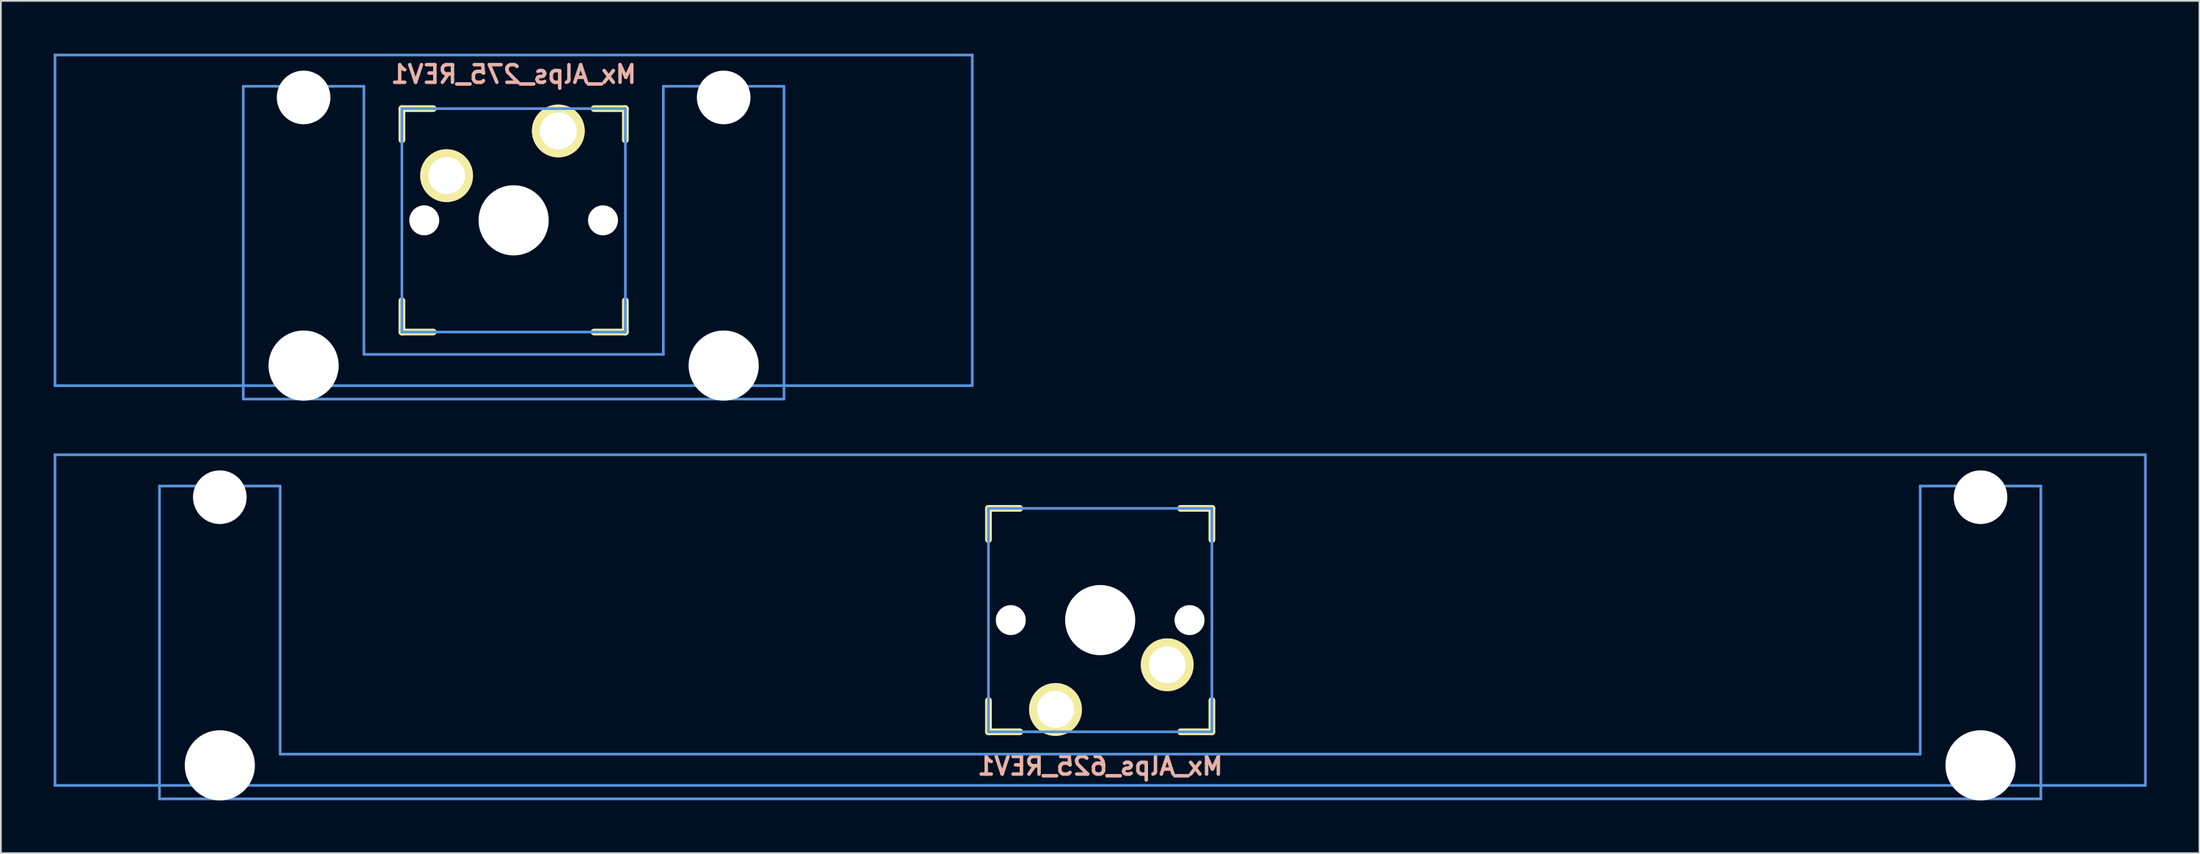
<source format=kicad_pcb>
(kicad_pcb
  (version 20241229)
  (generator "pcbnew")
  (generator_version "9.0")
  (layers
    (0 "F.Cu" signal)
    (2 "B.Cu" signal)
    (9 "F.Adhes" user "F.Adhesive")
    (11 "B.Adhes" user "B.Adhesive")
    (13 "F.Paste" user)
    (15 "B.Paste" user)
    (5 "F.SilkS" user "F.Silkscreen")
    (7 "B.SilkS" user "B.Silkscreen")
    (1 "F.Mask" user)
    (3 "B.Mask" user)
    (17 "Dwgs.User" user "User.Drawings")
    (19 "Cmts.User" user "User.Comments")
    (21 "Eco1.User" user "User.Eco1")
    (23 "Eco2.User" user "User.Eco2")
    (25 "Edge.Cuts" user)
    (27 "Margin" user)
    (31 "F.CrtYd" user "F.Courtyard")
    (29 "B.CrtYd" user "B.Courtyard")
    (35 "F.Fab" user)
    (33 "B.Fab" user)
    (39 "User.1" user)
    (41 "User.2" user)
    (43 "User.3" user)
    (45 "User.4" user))
  (footprint "Mx_Alps_625_REV1"
    (layer "F.Cu")
    (at 59.482 32.197)
    (property "Reference" "Mx_Alps_625_REV1" (at 0 8.3 0) (layer "B.SilkS") (effects (font (size 1 1) (thickness 0.2)) (justify mirror)))
    (attr through_hole)
    (fp_line (start -6.35 -6.35) (end -4.572 -6.35) (stroke (width 0.381) (type solid)) (layer "F.SilkS"))
    (fp_line (start -6.35 -4.572) (end -6.35 -6.35) (stroke (width 0.381) (type solid)) (layer "F.SilkS"))
    (fp_line (start -6.35 6.35) (end -6.35 4.572) (stroke (width 0.381) (type solid)) (layer "F.SilkS"))
    (fp_line (start -4.572 6.35) (end -6.35 6.35) (stroke (width 0.381) (type solid)) (layer "F.SilkS"))
    (fp_line (start 4.572 -6.35) (end 6.35 -6.35) (stroke (width 0.381) (type solid)) (layer "F.SilkS"))
    (fp_line (start 6.35 -6.35) (end 6.35 -4.572) (stroke (width 0.381) (type solid)) (layer "F.SilkS"))
    (fp_line (start 6.35 4.572) (end 6.35 6.35) (stroke (width 0.381) (type solid)) (layer "F.SilkS"))
    (fp_line (start 6.35 6.35) (end 4.572 6.35) (stroke (width 0.381) (type solid)) (layer "F.SilkS"))
    (fp_line (start -59.406 -9.398) (end 59.406 -9.398) (stroke (width 0.152) (type solid)) (layer "Cmts.User"))
    (fp_line (start -59.406 9.398) (end -59.406 -9.398) (stroke (width 0.152) (type solid)) (layer "Cmts.User"))
    (fp_line (start -53.467 -7.62) (end -53.467 10.16) (stroke (width 0.152) (type solid)) (layer "Cmts.User"))
    (fp_line (start -53.467 10.16) (end 53.467 10.16) (stroke (width 0.152) (type solid)) (layer "Cmts.User"))
    (fp_line (start -46.609 -7.62) (end -53.467 -7.62) (stroke (width 0.152) (type solid)) (layer "Cmts.User"))
    (fp_line (start -46.609 7.62) (end -46.609 -7.62) (stroke (width 0.152) (type solid)) (layer "Cmts.User"))
    (fp_line (start -6.35 -6.35) (end 6.35 -6.35) (stroke (width 0.152) (type solid)) (layer "Cmts.User"))
    (fp_line (start -6.35 6.35) (end -6.35 -6.35) (stroke (width 0.152) (type solid)) (layer "Cmts.User"))
    (fp_line (start 6.35 -6.35) (end 6.35 6.35) (stroke (width 0.152) (type solid)) (layer "Cmts.User"))
    (fp_line (start 6.35 6.35) (end -6.35 6.35) (stroke (width 0.152) (type solid)) (layer "Cmts.User"))
    (fp_line (start 46.609 -7.62) (end 46.609 7.62) (stroke (width 0.152) (type solid)) (layer "Cmts.User"))
    (fp_line (start 46.609 7.62) (end -46.609 7.62) (stroke (width 0.152) (type solid)) (layer "Cmts.User"))
    (fp_line (start 53.467 -7.62) (end 46.609 -7.62) (stroke (width 0.152) (type solid)) (layer "Cmts.User"))
    (fp_line (start 53.467 10.16) (end 53.467 -7.62) (stroke (width 0.152) (type solid)) (layer "Cmts.User"))
    (fp_line (start 59.406 -9.398) (end 59.406 9.398) (stroke (width 0.152) (type solid)) (layer "Cmts.User"))
    (fp_line (start 59.406 9.398) (end -59.406 9.398) (stroke (width 0.152) (type solid)) (layer "Cmts.User"))
    (fp_line (start -54.229 -2.286) (end -53.365 -2.286) (stroke (width 0.152) (type solid)) (layer "Eco2.User"))
    (fp_line (start -54.229 0.508) (end -54.229 -2.286) (stroke (width 0.152) (type solid)) (layer "Eco2.User"))
    (fp_line (start -53.365 -5.69) (end -46.711 -5.69) (stroke (width 0.152) (type solid)) (layer "Eco2.User"))
    (fp_line (start -53.365 -2.286) (end -53.365 -5.69) (stroke (width 0.152) (type solid)) (layer "Eco2.User"))
    (fp_line (start -53.365 0.508) (end -54.229 0.508) (stroke (width 0.152) (type solid)) (layer "Eco2.User"))
    (fp_line (start -53.365 6.604) (end -53.365 0.508) (stroke (width 0.152) (type solid)) (layer "Eco2.User"))
    (fp_line (start -52.324 6.604) (end -53.365 6.604) (stroke (width 0.152) (type solid)) (layer "Eco2.User"))
    (fp_line (start -52.324 7.772) (end -52.324 6.604) (stroke (width 0.152) (type solid)) (layer "Eco2.User"))
    (fp_line (start -47.752 6.604) (end -47.752 7.772) (stroke (width 0.152) (type solid)) (layer "Eco2.User"))
    (fp_line (start -47.752 7.772) (end -52.324 7.772) (stroke (width 0.152) (type solid)) (layer "Eco2.User"))
    (fp_line (start -46.711 -5.69) (end -46.711 -2.286) (stroke (width 0.152) (type solid)) (layer "Eco2.User"))
    (fp_line (start -46.711 -2.286) (end -6.985 -2.286) (stroke (width 0.152) (type solid)) (layer "Eco2.User"))
    (fp_line (start -46.711 2.286) (end -46.711 6.604) (stroke (width 0.152) (type solid)) (layer "Eco2.User"))
    (fp_line (start -46.711 6.604) (end -47.752 6.604) (stroke (width 0.152) (type solid)) (layer "Eco2.User"))
    (fp_line (start -6.985 -6.985) (end 6.985 -6.985) (stroke (width 0.152) (type solid)) (layer "Eco2.User"))
    (fp_line (start -6.985 -2.286) (end -6.985 -6.985) (stroke (width 0.152) (type solid)) (layer "Eco2.User"))
    (fp_line (start -6.985 2.286) (end -46.711 2.286) (stroke (width 0.152) (type solid)) (layer "Eco2.User"))
    (fp_line (start -6.985 6.985) (end -6.985 2.286) (stroke (width 0.152) (type solid)) (layer "Eco2.User"))
    (fp_line (start 6.985 -6.985) (end 6.985 -2.286) (stroke (width 0.152) (type solid)) (layer "Eco2.User"))
    (fp_line (start 6.985 -2.286) (end 46.711 -2.286) (stroke (width 0.152) (type solid)) (layer "Eco2.User"))
    (fp_line (start 6.985 2.286) (end 6.985 6.985) (stroke (width 0.152) (type solid)) (layer "Eco2.User"))
    (fp_line (start 6.985 6.985) (end -6.985 6.985) (stroke (width 0.152) (type solid)) (layer "Eco2.User"))
    (fp_line (start 46.711 -5.69) (end 53.365 -5.69) (stroke (width 0.152) (type solid)) (layer "Eco2.User"))
    (fp_line (start 46.711 -2.286) (end 46.711 -5.69) (stroke (width 0.152) (type solid)) (layer "Eco2.User"))
    (fp_line (start 46.711 2.286) (end 6.985 2.286) (stroke (width 0.152) (type solid)) (layer "Eco2.User"))
    (fp_line (start 46.711 6.604) (end 46.711 2.286) (stroke (width 0.152) (type solid)) (layer "Eco2.User"))
    (fp_line (start 47.752 6.604) (end 46.711 6.604) (stroke (width 0.152) (type solid)) (layer "Eco2.User"))
    (fp_line (start 47.752 7.772) (end 47.752 6.604) (stroke (width 0.152) (type solid)) (layer "Eco2.User"))
    (fp_line (start 52.324 6.604) (end 52.324 7.772) (stroke (width 0.152) (type solid)) (layer "Eco2.User"))
    (fp_line (start 52.324 7.772) (end 47.752 7.772) (stroke (width 0.152) (type solid)) (layer "Eco2.User"))
    (fp_line (start 53.365 -5.69) (end 53.365 -2.286) (stroke (width 0.152) (type solid)) (layer "Eco2.User"))
    (fp_line (start 53.365 -2.286) (end 54.229 -2.286) (stroke (width 0.152) (type solid)) (layer "Eco2.User"))
    (fp_line (start 53.365 0.508) (end 53.365 6.604) (stroke (width 0.152) (type solid)) (layer "Eco2.User"))
    (fp_line (start 53.365 6.604) (end 52.324 6.604) (stroke (width 0.152) (type solid)) (layer "Eco2.User"))
    (fp_line (start 54.229 -2.286) (end 54.229 0.508) (stroke (width 0.152) (type solid)) (layer "Eco2.User"))
    (fp_line (start 54.229 0.508) (end 53.365 0.508) (stroke (width 0.152) (type solid)) (layer "Eco2.User"))
    (pad "" np_thru_hole circle (at -50.038 -6.985) (size 3.048 3.048) (drill 3.048) (layers "*.Cu"))
    (pad "" np_thru_hole circle (at -50.038 8.255) (size 3.988 3.988) (drill 3.988) (layers "*.Cu"))
    (pad "" np_thru_hole circle (at -5.08 0) (size 1.702 1.702) (drill 1.702) (layers "*.Cu"))
    (pad "" np_thru_hole circle (at 0 0) (size 3.988 3.988) (drill 3.988) (layers "*.Cu"))
    (pad "" np_thru_hole circle (at 5.08 0) (size 1.702 1.702) (drill 1.702) (layers "*.Cu"))
    (pad "" np_thru_hole circle (at 50.038 -6.985) (size 3.048 3.048) (drill 3.048) (layers "*.Cu"))
    (pad "" np_thru_hole circle (at 50.038 8.255) (size 3.988 3.988) (drill 3.988) (layers "*.Cu"))
    (pad "1" thru_hole oval (at 3.81 2.54) (size 3 3) (drill oval 2.1) (layers "*.Cu" "*.Mask" "F.SilkS"))
    (pad "2" thru_hole oval (at -2.54 5.08) (size 3 3) (drill oval 2.1) (layers "*.Cu" "*.Mask" "F.SilkS")))
  (footprint "Mx_Alps_275_REV1"
    (layer "F.Cu")
    (at 26.144 9.474)
    (property "Reference" "Mx_Alps_275_REV1" (at 0 -8.3 0) (layer "B.SilkS") (effects (font (size 1 1) (thickness 0.2)) (justify mirror)))
    (attr through_hole)
    (fp_line (start -6.35 -6.35) (end -4.572 -6.35) (stroke (width 0.381) (type solid)) (layer "F.SilkS"))
    (fp_line (start -6.35 -4.572) (end -6.35 -6.35) (stroke (width 0.381) (type solid)) (layer "F.SilkS"))
    (fp_line (start -6.35 6.35) (end -6.35 4.572) (stroke (width 0.381) (type solid)) (layer "F.SilkS"))
    (fp_line (start -4.572 6.35) (end -6.35 6.35) (stroke (width 0.381) (type solid)) (layer "F.SilkS"))
    (fp_line (start 4.572 -6.35) (end 6.35 -6.35) (stroke (width 0.381) (type solid)) (layer "F.SilkS"))
    (fp_line (start 6.35 -6.35) (end 6.35 -4.572) (stroke (width 0.381) (type solid)) (layer "F.SilkS"))
    (fp_line (start 6.35 4.572) (end 6.35 6.35) (stroke (width 0.381) (type solid)) (layer "F.SilkS"))
    (fp_line (start 6.35 6.35) (end 4.572 6.35) (stroke (width 0.381) (type solid)) (layer "F.SilkS"))
    (fp_line (start -26.068 -9.398) (end 26.068 -9.398) (stroke (width 0.152) (type solid)) (layer "Cmts.User"))
    (fp_line (start -26.068 9.398) (end -26.068 -9.398) (stroke (width 0.152) (type solid)) (layer "Cmts.User"))
    (fp_line (start -15.367 -7.62) (end -15.367 10.16) (stroke (width 0.152) (type solid)) (layer "Cmts.User"))
    (fp_line (start -15.367 10.16) (end 15.367 10.16) (stroke (width 0.152) (type solid)) (layer "Cmts.User"))
    (fp_line (start -8.509 -7.62) (end -15.367 -7.62) (stroke (width 0.152) (type solid)) (layer "Cmts.User"))
    (fp_line (start -8.509 7.62) (end -8.509 -7.62) (stroke (width 0.152) (type solid)) (layer "Cmts.User"))
    (fp_line (start -6.35 -6.35) (end 6.35 -6.35) (stroke (width 0.152) (type solid)) (layer "Cmts.User"))
    (fp_line (start -6.35 6.35) (end -6.35 -6.35) (stroke (width 0.152) (type solid)) (layer "Cmts.User"))
    (fp_line (start 6.35 -6.35) (end 6.35 6.35) (stroke (width 0.152) (type solid)) (layer "Cmts.User"))
    (fp_line (start 6.35 6.35) (end -6.35 6.35) (stroke (width 0.152) (type solid)) (layer "Cmts.User"))
    (fp_line (start 8.509 -7.62) (end 8.509 7.62) (stroke (width 0.152) (type solid)) (layer "Cmts.User"))
    (fp_line (start 8.509 7.62) (end -8.509 7.62) (stroke (width 0.152) (type solid)) (layer "Cmts.User"))
    (fp_line (start 15.367 -7.62) (end 8.509 -7.62) (stroke (width 0.152) (type solid)) (layer "Cmts.User"))
    (fp_line (start 15.367 10.16) (end 15.367 -7.62) (stroke (width 0.152) (type solid)) (layer "Cmts.User"))
    (fp_line (start 26.068 -9.398) (end 26.068 9.398) (stroke (width 0.152) (type solid)) (layer "Cmts.User"))
    (fp_line (start 26.068 9.398) (end -26.068 9.398) (stroke (width 0.152) (type solid)) (layer "Cmts.User"))
    (fp_line (start -16.129 -2.286) (end -15.265 -2.286) (stroke (width 0.152) (type solid)) (layer "Eco2.User"))
    (fp_line (start -16.129 0.508) (end -16.129 -2.286) (stroke (width 0.152) (type solid)) (layer "Eco2.User"))
    (fp_line (start -15.265 -5.69) (end -8.611 -5.69) (stroke (width 0.152) (type solid)) (layer "Eco2.User"))
    (fp_line (start -15.265 -2.286) (end -15.265 -5.69) (stroke (width 0.152) (type solid)) (layer "Eco2.User"))
    (fp_line (start -15.265 0.508) (end -16.129 0.508) (stroke (width 0.152) (type solid)) (layer "Eco2.User"))
    (fp_line (start -15.265 6.604) (end -15.265 0.508) (stroke (width 0.152) (type solid)) (layer "Eco2.User"))
    (fp_line (start -14.224 6.604) (end -15.265 6.604) (stroke (width 0.152) (type solid)) (layer "Eco2.User"))
    (fp_line (start -14.224 7.772) (end -14.224 6.604) (stroke (width 0.152) (type solid)) (layer "Eco2.User"))
    (fp_line (start -9.652 6.604) (end -9.652 7.772) (stroke (width 0.152) (type solid)) (layer "Eco2.User"))
    (fp_line (start -9.652 7.772) (end -14.224 7.772) (stroke (width 0.152) (type solid)) (layer "Eco2.User"))
    (fp_line (start -8.611 -5.69) (end -8.611 -4.877) (stroke (width 0.152) (type solid)) (layer "Eco2.User"))
    (fp_line (start -8.611 -4.877) (end -6.985 -4.877) (stroke (width 0.152) (type solid)) (layer "Eco2.User"))
    (fp_line (start -8.611 5.817) (end -8.611 6.604) (stroke (width 0.152) (type solid)) (layer "Eco2.User"))
    (fp_line (start -8.611 6.604) (end -9.652 6.604) (stroke (width 0.152) (type solid)) (layer "Eco2.User"))
    (fp_line (start -6.985 -6.985) (end 6.985 -6.985) (stroke (width 0.152) (type solid)) (layer "Eco2.User"))
    (fp_line (start -6.985 -4.877) (end -6.985 -6.985) (stroke (width 0.152) (type solid)) (layer "Eco2.User"))
    (fp_line (start -6.985 5.817) (end -8.611 5.817) (stroke (width 0.152) (type solid)) (layer "Eco2.User"))
    (fp_line (start -6.985 6.985) (end -6.985 5.817) (stroke (width 0.152) (type solid)) (layer "Eco2.User"))
    (fp_line (start 6.985 -6.985) (end 6.985 -4.877) (stroke (width 0.152) (type solid)) (layer "Eco2.User"))
    (fp_line (start 6.985 -4.877) (end 8.611 -4.877) (stroke (width 0.152) (type solid)) (layer "Eco2.User"))
    (fp_line (start 6.985 5.817) (end 6.985 6.985) (stroke (width 0.152) (type solid)) (layer "Eco2.User"))
    (fp_line (start 6.985 6.985) (end -6.985 6.985) (stroke (width 0.152) (type solid)) (layer "Eco2.User"))
    (fp_line (start 8.611 -5.69) (end 15.265 -5.69) (stroke (width 0.152) (type solid)) (layer "Eco2.User"))
    (fp_line (start 8.611 -4.877) (end 8.611 -5.69) (stroke (width 0.152) (type solid)) (layer "Eco2.User"))
    (fp_line (start 8.611 5.817) (end 6.985 5.817) (stroke (width 0.152) (type solid)) (layer "Eco2.User"))
    (fp_line (start 8.611 6.604) (end 8.611 5.817) (stroke (width 0.152) (type solid)) (layer "Eco2.User"))
    (fp_line (start 9.652 6.604) (end 8.611 6.604) (stroke (width 0.152) (type solid)) (layer "Eco2.User"))
    (fp_line (start 9.652 7.772) (end 9.652 6.604) (stroke (width 0.152) (type solid)) (layer "Eco2.User"))
    (fp_line (start 14.224 6.604) (end 14.224 7.772) (stroke (width 0.152) (type solid)) (layer "Eco2.User"))
    (fp_line (start 14.224 7.772) (end 9.652 7.772) (stroke (width 0.152) (type solid)) (layer "Eco2.User"))
    (fp_line (start 15.265 -5.69) (end 15.265 -2.286) (stroke (width 0.152) (type solid)) (layer "Eco2.User"))
    (fp_line (start 15.265 -2.286) (end 16.129 -2.286) (stroke (width 0.152) (type solid)) (layer "Eco2.User"))
    (fp_line (start 15.265 0.508) (end 15.265 6.604) (stroke (width 0.152) (type solid)) (layer "Eco2.User"))
    (fp_line (start 15.265 6.604) (end 14.224 6.604) (stroke (width 0.152) (type solid)) (layer "Eco2.User"))
    (fp_line (start 16.129 -2.286) (end 16.129 0.508) (stroke (width 0.152) (type solid)) (layer "Eco2.User"))
    (fp_line (start 16.129 0.508) (end 15.265 0.508) (stroke (width 0.152) (type solid)) (layer "Eco2.User"))
    (pad "" np_thru_hole circle (at -11.938 -6.985) (size 3.048 3.048) (drill 3.048) (layers "*.Cu"))
    (pad "" np_thru_hole circle (at -11.938 8.255) (size 3.988 3.988) (drill 3.988) (layers "*.Cu"))
    (pad "" np_thru_hole circle (at -5.08 0) (size 1.702 1.702) (drill 1.702) (layers "*.Cu"))
    (pad "" np_thru_hole circle (at 0 0) (size 3.988 3.988) (drill 3.988) (layers "*.Cu"))
    (pad "" np_thru_hole circle (at 5.08 0) (size 1.702 1.702) (drill 1.702) (layers "*.Cu"))
    (pad "" np_thru_hole circle (at 11.938 -6.985) (size 3.048 3.048) (drill 3.048) (layers "*.Cu"))
    (pad "" np_thru_hole circle (at 11.938 8.255) (size 3.988 3.988) (drill 3.988) (layers "*.Cu"))
    (pad "1" thru_hole oval (at -3.81 -2.54) (size 3 3) (drill oval 2.1) (layers "*.Cu" "*.Mask" "F.SilkS"))
    (pad "2" thru_hole oval (at 2.54 -5.08) (size 3 3) (drill oval 2.1) (layers "*.Cu" "*.Mask" "F.SilkS")))
  (gr_rect
    (start -3 -3)
    (end 121.963 45.446)
    (stroke (width 0.1) (type default))
    (fill no)
    (layer "Edge.Cuts")))
</source>
